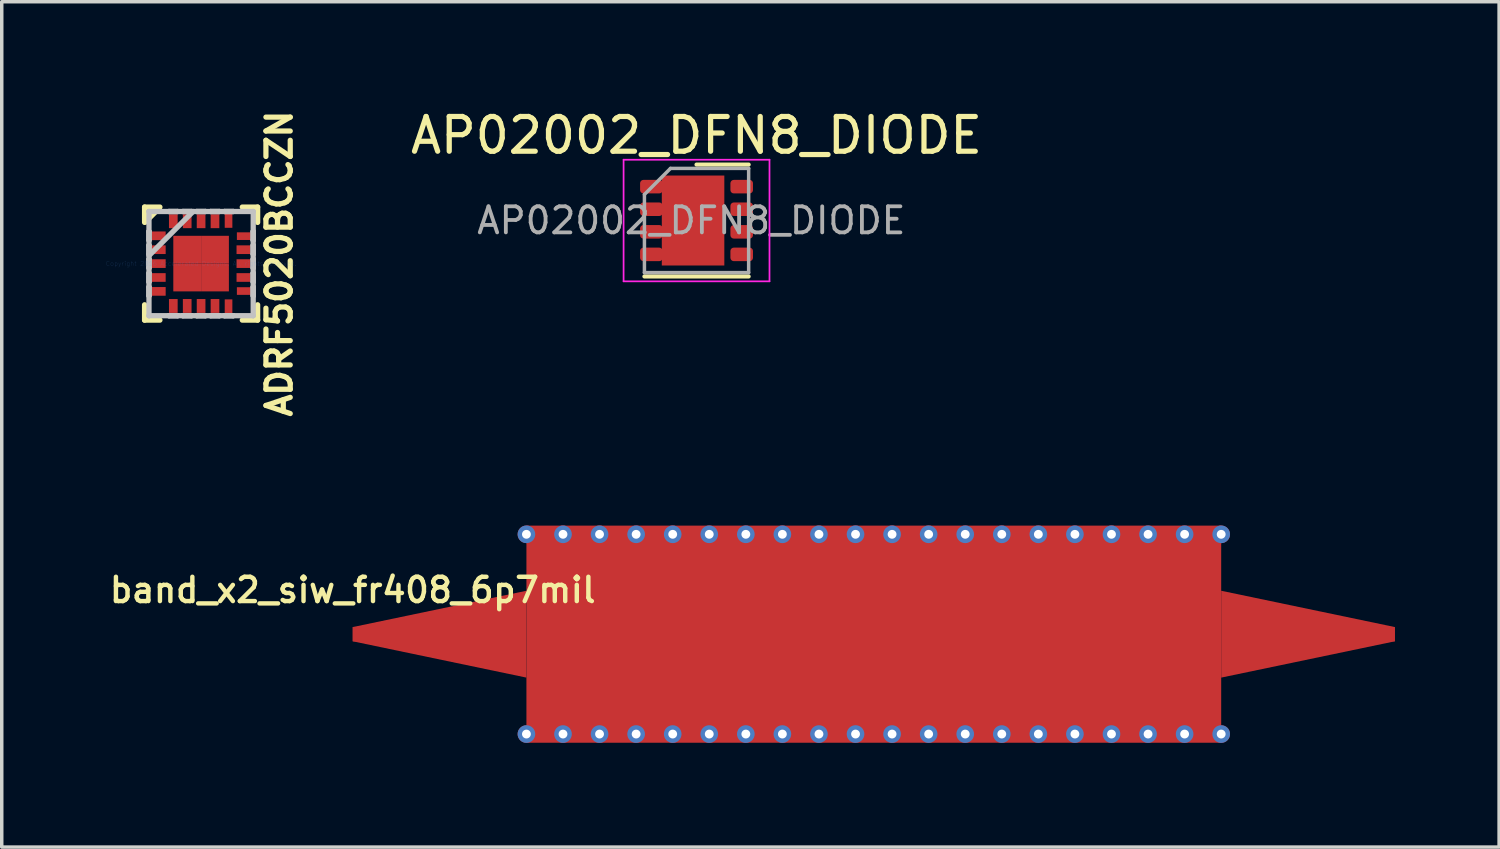
<source format=kicad_pcb>
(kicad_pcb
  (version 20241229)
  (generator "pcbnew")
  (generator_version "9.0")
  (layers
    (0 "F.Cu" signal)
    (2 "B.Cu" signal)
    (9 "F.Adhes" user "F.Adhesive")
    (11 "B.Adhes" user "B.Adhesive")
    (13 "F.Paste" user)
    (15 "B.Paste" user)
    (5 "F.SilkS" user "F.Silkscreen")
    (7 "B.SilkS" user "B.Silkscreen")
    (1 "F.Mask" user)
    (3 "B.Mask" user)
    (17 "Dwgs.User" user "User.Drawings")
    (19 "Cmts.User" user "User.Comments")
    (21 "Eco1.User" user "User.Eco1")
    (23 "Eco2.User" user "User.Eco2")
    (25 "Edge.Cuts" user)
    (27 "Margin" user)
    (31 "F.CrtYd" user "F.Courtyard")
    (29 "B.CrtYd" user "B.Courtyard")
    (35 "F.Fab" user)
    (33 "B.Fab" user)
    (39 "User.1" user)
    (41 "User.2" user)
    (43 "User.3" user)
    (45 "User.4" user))
  (footprint "AP02002_DFN8_DIODE"
    (layer "F.Cu")
    (at 17.001 3.298)
    (property "Reference" "AP02002_DFN8_DIODE" (at 0 -2.45 0) (layer "F.SilkS") (effects (font (size 1 1) (thickness 0.15))))
    (attr smd)
    (fp_line (start -1.5 1.61) (end 1.5 1.61) (stroke (width 0.12) (type solid)) (layer "F.SilkS"))
    (fp_line (start 0 -1.61) (end 1.5 -1.61) (stroke (width 0.12) (type solid)) (layer "F.SilkS"))
    (fp_line (start -2.1 -1.75) (end -2.1 1.75) (stroke (width 0.05) (type solid)) (layer "F.CrtYd"))
    (fp_line (start -2.1 1.75) (end 2.1 1.75) (stroke (width 0.05) (type solid)) (layer "F.CrtYd"))
    (fp_line (start 2.1 -1.75) (end -2.1 -1.75) (stroke (width 0.05) (type solid)) (layer "F.CrtYd"))
    (fp_line (start 2.1 1.75) (end 2.1 -1.75) (stroke (width 0.05) (type solid)) (layer "F.CrtYd"))
    (fp_line (start -1.5 -0.75) (end -0.75 -1.5) (stroke (width 0.1) (type solid)) (layer "F.Fab"))
    (fp_line (start -1.5 1.5) (end -1.5 -0.75) (stroke (width 0.1) (type solid)) (layer "F.Fab"))
    (fp_line (start -0.75 -1.5) (end 1.5 -1.5) (stroke (width 0.1) (type solid)) (layer "F.Fab"))
    (fp_line (start 1.5 -1.5) (end 1.5 1.5) (stroke (width 0.1) (type solid)) (layer "F.Fab"))
    (fp_line (start 1.5 1.5) (end -1.5 1.5) (stroke (width 0.1) (type solid)) (layer "F.Fab"))
    (fp_text user "${REFERENCE}" (at -0.15 0 0) (layer "F.Fab") (effects (font (size 0.75 0.75) (thickness 0.11))))
    (pad "" smd roundrect (at -0.425 -0.51) (size 0.69 0.83) (layers "F.Paste") (roundrect_rratio 0.25))
    (pad "" smd roundrect (at -0.425 0.51) (size 0.69 0.83) (layers "F.Paste") (roundrect_rratio 0.25))
    (pad "" smd roundrect (at 0.425 -0.51) (size 0.69 0.83) (layers "F.Paste") (roundrect_rratio 0.25))
    (pad "" smd roundrect (at 0.425 0.51) (size 0.69 0.83) (layers "F.Paste") (roundrect_rratio 0.25))
    (pad "1" smd roundrect (at -1.3 -0.975) (size 0.65 0.39) (layers "F.Cu" "F.Mask" "F.Paste") (roundrect_rratio 0.25))
    (pad "1" smd roundrect (at -1.3 -0.325) (size 0.65 0.39) (layers "F.Cu" "F.Mask" "F.Paste") (roundrect_rratio 0.25))
    (pad "1" smd roundrect (at -1.3 0.325) (size 0.65 0.39) (layers "F.Cu" "F.Mask" "F.Paste") (roundrect_rratio 0.25))
    (pad "1" smd roundrect (at -1.3 0.975) (size 0.65 0.39) (layers "F.Cu" "F.Mask" "F.Paste") (roundrect_rratio 0.25))
    (pad "1" smd rect (at -0.1 0) (size 1.8 2.59) (layers "F.Cu" "F.Mask"))
    (pad "2" smd roundrect (at 1.3 -0.975) (size 0.65 0.39) (layers "F.Cu" "F.Mask" "F.Paste") (roundrect_rratio 0.25))
    (pad "2" smd roundrect (at 1.3 -0.325) (size 0.65 0.39) (layers "F.Cu" "F.Mask" "F.Paste") (roundrect_rratio 0.25))
    (pad "2" smd roundrect (at 1.3 0.325) (size 0.65 0.39) (layers "F.Cu" "F.Mask" "F.Paste") (roundrect_rratio 0.25))
    (pad "2" smd roundrect (at 1.3 0.975) (size 0.65 0.39) (layers "F.Cu" "F.Mask" "F.Paste") (roundrect_rratio 0.25)))
  (footprint "ADRF5020BCCZN"
    (layer "F.Cu")
    (at 2.739 4.538)
    (property "Reference" "ADRF5020BCCZN" (at 2.25 0 90) (layer "F.SilkS") (effects (font (size 0.7 0.7) (thickness 0.15))))
    (attr through_hole)
    (fp_line (start -1.627 -1.627) (end -1.627 -1.186) (stroke (width 0.152) (type solid)) (layer "F.SilkS"))
    (fp_line (start -1.627 1.186) (end -1.627 1.627) (stroke (width 0.152) (type solid)) (layer "F.SilkS"))
    (fp_line (start -1.627 1.627) (end -1.186 1.627) (stroke (width 0.152) (type solid)) (layer "F.SilkS"))
    (fp_line (start -1.6 -1.2) (end -1.2 -1.6) (stroke (width 0.15) (type solid)) (layer "F.SilkS"))
    (fp_line (start -1.186 -1.627) (end -1.627 -1.627) (stroke (width 0.152) (type solid)) (layer "F.SilkS"))
    (fp_line (start 1.186 1.627) (end 1.627 1.627) (stroke (width 0.152) (type solid)) (layer "F.SilkS"))
    (fp_line (start 1.627 -1.627) (end 1.186 -1.627) (stroke (width 0.152) (type solid)) (layer "F.SilkS"))
    (fp_line (start 1.627 -1.186) (end 1.627 -1.627) (stroke (width 0.152) (type solid)) (layer "F.SilkS"))
    (fp_line (start 1.627 1.627) (end 1.627 1.186) (stroke (width 0.152) (type solid)) (layer "F.SilkS"))
    (fp_line (start -1.5 -1.5) (end -1.5 -1.5) (stroke (width 0.152) (type solid)) (layer "Dwgs.User"))
    (fp_line (start -1.5 -1.5) (end -1.5 1.5) (stroke (width 0.152) (type solid)) (layer "Dwgs.User"))
    (fp_line (start -1.5 -0.925) (end -1.5 -0.925) (stroke (width 0.152) (type solid)) (layer "Dwgs.User"))
    (fp_line (start -1.5 -0.925) (end -1.5 -0.675) (stroke (width 0.152) (type solid)) (layer "Dwgs.User"))
    (fp_line (start -1.5 -0.675) (end -1.5 -0.925) (stroke (width 0.152) (type solid)) (layer "Dwgs.User"))
    (fp_line (start -1.5 -0.675) (end -1.5 -0.675) (stroke (width 0.152) (type solid)) (layer "Dwgs.User"))
    (fp_line (start -1.5 -0.525) (end -1.5 -0.525) (stroke (width 0.152) (type solid)) (layer "Dwgs.User"))
    (fp_line (start -1.5 -0.525) (end -1.5 -0.275) (stroke (width 0.152) (type solid)) (layer "Dwgs.User"))
    (fp_line (start -1.5 -0.275) (end -1.5 -0.525) (stroke (width 0.152) (type solid)) (layer "Dwgs.User"))
    (fp_line (start -1.5 -0.275) (end -1.5 -0.275) (stroke (width 0.152) (type solid)) (layer "Dwgs.User"))
    (fp_line (start -1.5 -0.23) (end -0.23 -1.5) (stroke (width 0.152) (type solid)) (layer "Dwgs.User"))
    (fp_line (start -1.5 -0.125) (end -1.5 -0.125) (stroke (width 0.152) (type solid)) (layer "Dwgs.User"))
    (fp_line (start -1.5 -0.125) (end -1.5 0.125) (stroke (width 0.152) (type solid)) (layer "Dwgs.User"))
    (fp_line (start -1.5 0.125) (end -1.5 -0.125) (stroke (width 0.152) (type solid)) (layer "Dwgs.User"))
    (fp_line (start -1.5 0.125) (end -1.5 0.125) (stroke (width 0.152) (type solid)) (layer "Dwgs.User"))
    (fp_line (start -1.5 0.275) (end -1.5 0.275) (stroke (width 0.152) (type solid)) (layer "Dwgs.User"))
    (fp_line (start -1.5 0.275) (end -1.5 0.525) (stroke (width 0.152) (type solid)) (layer "Dwgs.User"))
    (fp_line (start -1.5 0.525) (end -1.5 0.275) (stroke (width 0.152) (type solid)) (layer "Dwgs.User"))
    (fp_line (start -1.5 0.525) (end -1.5 0.525) (stroke (width 0.152) (type solid)) (layer "Dwgs.User"))
    (fp_line (start -1.5 0.675) (end -1.5 0.675) (stroke (width 0.152) (type solid)) (layer "Dwgs.User"))
    (fp_line (start -1.5 0.675) (end -1.5 0.925) (stroke (width 0.152) (type solid)) (layer "Dwgs.User"))
    (fp_line (start -1.5 0.925) (end -1.5 0.675) (stroke (width 0.152) (type solid)) (layer "Dwgs.User"))
    (fp_line (start -1.5 0.925) (end -1.5 0.925) (stroke (width 0.152) (type solid)) (layer "Dwgs.User"))
    (fp_line (start -1.5 1.5) (end -1.5 1.5) (stroke (width 0.152) (type solid)) (layer "Dwgs.User"))
    (fp_line (start -1.5 1.5) (end 1.5 1.5) (stroke (width 0.152) (type solid)) (layer "Dwgs.User"))
    (fp_line (start -0.925 -1.5) (end -0.925 -1.5) (stroke (width 0.152) (type solid)) (layer "Dwgs.User"))
    (fp_line (start -0.925 -1.5) (end -0.675 -1.5) (stroke (width 0.152) (type solid)) (layer "Dwgs.User"))
    (fp_line (start -0.925 1.5) (end -0.925 1.5) (stroke (width 0.152) (type solid)) (layer "Dwgs.User"))
    (fp_line (start -0.925 1.5) (end -0.675 1.5) (stroke (width 0.152) (type solid)) (layer "Dwgs.User"))
    (fp_line (start -0.675 -1.5) (end -0.925 -1.5) (stroke (width 0.152) (type solid)) (layer "Dwgs.User"))
    (fp_line (start -0.675 -1.5) (end -0.675 -1.5) (stroke (width 0.152) (type solid)) (layer "Dwgs.User"))
    (fp_line (start -0.675 1.5) (end -0.925 1.5) (stroke (width 0.152) (type solid)) (layer "Dwgs.User"))
    (fp_line (start -0.675 1.5) (end -0.675 1.5) (stroke (width 0.152) (type solid)) (layer "Dwgs.User"))
    (fp_line (start -0.525 -1.5) (end -0.525 -1.5) (stroke (width 0.152) (type solid)) (layer "Dwgs.User"))
    (fp_line (start -0.525 -1.5) (end -0.275 -1.5) (stroke (width 0.152) (type solid)) (layer "Dwgs.User"))
    (fp_line (start -0.525 1.5) (end -0.525 1.5) (stroke (width 0.152) (type solid)) (layer "Dwgs.User"))
    (fp_line (start -0.525 1.5) (end -0.275 1.5) (stroke (width 0.152) (type solid)) (layer "Dwgs.User"))
    (fp_line (start -0.275 -1.5) (end -0.525 -1.5) (stroke (width 0.152) (type solid)) (layer "Dwgs.User"))
    (fp_line (start -0.275 -1.5) (end -0.275 -1.5) (stroke (width 0.152) (type solid)) (layer "Dwgs.User"))
    (fp_line (start -0.275 1.5) (end -0.525 1.5) (stroke (width 0.152) (type solid)) (layer "Dwgs.User"))
    (fp_line (start -0.275 1.5) (end -0.275 1.5) (stroke (width 0.152) (type solid)) (layer "Dwgs.User"))
    (fp_line (start -0.125 -1.5) (end -0.125 -1.5) (stroke (width 0.152) (type solid)) (layer "Dwgs.User"))
    (fp_line (start -0.125 -1.5) (end 0.125 -1.5) (stroke (width 0.152) (type solid)) (layer "Dwgs.User"))
    (fp_line (start -0.125 1.5) (end -0.125 1.5) (stroke (width 0.152) (type solid)) (layer "Dwgs.User"))
    (fp_line (start -0.125 1.5) (end 0.125 1.5) (stroke (width 0.152) (type solid)) (layer "Dwgs.User"))
    (fp_line (start 0.125 -1.5) (end -0.125 -1.5) (stroke (width 0.152) (type solid)) (layer "Dwgs.User"))
    (fp_line (start 0.125 -1.5) (end 0.125 -1.5) (stroke (width 0.152) (type solid)) (layer "Dwgs.User"))
    (fp_line (start 0.125 1.5) (end -0.125 1.5) (stroke (width 0.152) (type solid)) (layer "Dwgs.User"))
    (fp_line (start 0.125 1.5) (end 0.125 1.5) (stroke (width 0.152) (type solid)) (layer "Dwgs.User"))
    (fp_line (start 0.275 -1.5) (end 0.275 -1.5) (stroke (width 0.152) (type solid)) (layer "Dwgs.User"))
    (fp_line (start 0.275 -1.5) (end 0.525 -1.5) (stroke (width 0.152) (type solid)) (layer "Dwgs.User"))
    (fp_line (start 0.275 1.5) (end 0.275 1.5) (stroke (width 0.152) (type solid)) (layer "Dwgs.User"))
    (fp_line (start 0.275 1.5) (end 0.525 1.5) (stroke (width 0.152) (type solid)) (layer "Dwgs.User"))
    (fp_line (start 0.525 -1.5) (end 0.275 -1.5) (stroke (width 0.152) (type solid)) (layer "Dwgs.User"))
    (fp_line (start 0.525 -1.5) (end 0.525 -1.5) (stroke (width 0.152) (type solid)) (layer "Dwgs.User"))
    (fp_line (start 0.525 1.5) (end 0.275 1.5) (stroke (width 0.152) (type solid)) (layer "Dwgs.User"))
    (fp_line (start 0.525 1.5) (end 0.525 1.5) (stroke (width 0.152) (type solid)) (layer "Dwgs.User"))
    (fp_line (start 0.675 -1.5) (end 0.675 -1.5) (stroke (width 0.152) (type solid)) (layer "Dwgs.User"))
    (fp_line (start 0.675 -1.5) (end 0.925 -1.5) (stroke (width 0.152) (type solid)) (layer "Dwgs.User"))
    (fp_line (start 0.675 1.5) (end 0.675 1.5) (stroke (width 0.152) (type solid)) (layer "Dwgs.User"))
    (fp_line (start 0.675 1.5) (end 0.925 1.5) (stroke (width 0.152) (type solid)) (layer "Dwgs.User"))
    (fp_line (start 0.925 -1.5) (end 0.675 -1.5) (stroke (width 0.152) (type solid)) (layer "Dwgs.User"))
    (fp_line (start 0.925 -1.5) (end 0.925 -1.5) (stroke (width 0.152) (type solid)) (layer "Dwgs.User"))
    (fp_line (start 0.925 1.5) (end 0.675 1.5) (stroke (width 0.152) (type solid)) (layer "Dwgs.User"))
    (fp_line (start 0.925 1.5) (end 0.925 1.5) (stroke (width 0.152) (type solid)) (layer "Dwgs.User"))
    (fp_line (start 1.5 -1.5) (end -1.5 -1.5) (stroke (width 0.152) (type solid)) (layer "Dwgs.User"))
    (fp_line (start 1.5 -1.5) (end 1.5 -1.5) (stroke (width 0.152) (type solid)) (layer "Dwgs.User"))
    (fp_line (start 1.5 -0.925) (end 1.5 -0.925) (stroke (width 0.152) (type solid)) (layer "Dwgs.User"))
    (fp_line (start 1.5 -0.925) (end 1.5 -0.675) (stroke (width 0.152) (type solid)) (layer "Dwgs.User"))
    (fp_line (start 1.5 -0.675) (end 1.5 -0.925) (stroke (width 0.152) (type solid)) (layer "Dwgs.User"))
    (fp_line (start 1.5 -0.675) (end 1.5 -0.675) (stroke (width 0.152) (type solid)) (layer "Dwgs.User"))
    (fp_line (start 1.5 -0.525) (end 1.5 -0.525) (stroke (width 0.152) (type solid)) (layer "Dwgs.User"))
    (fp_line (start 1.5 -0.525) (end 1.5 -0.275) (stroke (width 0.152) (type solid)) (layer "Dwgs.User"))
    (fp_line (start 1.5 -0.275) (end 1.5 -0.525) (stroke (width 0.152) (type solid)) (layer "Dwgs.User"))
    (fp_line (start 1.5 -0.275) (end 1.5 -0.275) (stroke (width 0.152) (type solid)) (layer "Dwgs.User"))
    (fp_line (start 1.5 -0.125) (end 1.5 -0.125) (stroke (width 0.152) (type solid)) (layer "Dwgs.User"))
    (fp_line (start 1.5 -0.125) (end 1.5 0.125) (stroke (width 0.152) (type solid)) (layer "Dwgs.User"))
    (fp_line (start 1.5 0.125) (end 1.5 -0.125) (stroke (width 0.152) (type solid)) (layer "Dwgs.User"))
    (fp_line (start 1.5 0.125) (end 1.5 0.125) (stroke (width 0.152) (type solid)) (layer "Dwgs.User"))
    (fp_line (start 1.5 0.275) (end 1.5 0.275) (stroke (width 0.152) (type solid)) (layer "Dwgs.User"))
    (fp_line (start 1.5 0.275) (end 1.5 0.525) (stroke (width 0.152) (type solid)) (layer "Dwgs.User"))
    (fp_line (start 1.5 0.525) (end 1.5 0.275) (stroke (width 0.152) (type solid)) (layer "Dwgs.User"))
    (fp_line (start 1.5 0.525) (end 1.5 0.525) (stroke (width 0.152) (type solid)) (layer "Dwgs.User"))
    (fp_line (start 1.5 0.675) (end 1.5 0.675) (stroke (width 0.152) (type solid)) (layer "Dwgs.User"))
    (fp_line (start 1.5 0.675) (end 1.5 0.925) (stroke (width 0.152) (type solid)) (layer "Dwgs.User"))
    (fp_line (start 1.5 0.925) (end 1.5 0.675) (stroke (width 0.152) (type solid)) (layer "Dwgs.User"))
    (fp_line (start 1.5 0.925) (end 1.5 0.925) (stroke (width 0.152) (type solid)) (layer "Dwgs.User"))
    (fp_line (start 1.5 1.5) (end 1.5 -1.5) (stroke (width 0.152) (type solid)) (layer "Dwgs.User"))
    (fp_line (start 1.5 1.5) (end 1.5 1.5) (stroke (width 0.152) (type solid)) (layer "Dwgs.User"))
    (fp_text user "Copyright 2016 Accelerated Designs. All rights reserved." (at 0 0 0) (layer "Cmts.User") (effects (font (size 0.127 0.127) (thickness 0.002))))
    (pad "1" smd rect (at -1.22 -0.8 90) (size 0.25 0.4) (layers "F.Cu" "F.Mask" "F.Paste"))
    (pad "2" smd rect (at -1.22 -0.4 90) (size 0.25 0.4) (layers "F.Cu" "F.Mask" "F.Paste"))
    (pad "3" smd rect (at -1.22 0 90) (size 0.25 0.4) (layers "F.Cu" "F.Mask" "F.Paste"))
    (pad "4" smd rect (at -1.22 0.4 90) (size 0.25 0.4) (layers "F.Cu" "F.Mask" "F.Paste"))
    (pad "5" smd rect (at -1.22 0.8 90) (size 0.25 0.4) (layers "F.Cu" "F.Mask" "F.Paste"))
    (pad "6" smd rect (at -0.8 1.22) (size 0.25 0.4) (layers "F.Cu" "F.Mask" "F.Paste"))
    (pad "7" smd rect (at -0.4 1.22) (size 0.25 0.4) (layers "F.Cu" "F.Mask" "F.Paste"))
    (pad "8" smd rect (at 0 1.22) (size 0.25 0.4) (layers "F.Cu" "F.Mask" "F.Paste"))
    (pad "9" smd rect (at 0.4 1.22) (size 0.25 0.4) (layers "F.Cu" "F.Mask" "F.Paste"))
    (pad "10" smd rect (at 0.79 1.23) (size 0.22 0.4) (layers "F.Cu" "F.Mask" "F.Paste"))
    (pad "11" smd rect (at 1.23 0.79 90) (size 0.22 0.4) (layers "F.Cu" "F.Mask" "F.Paste"))
    (pad "12" smd rect (at 1.22 0.4 90) (size 0.25 0.4) (layers "F.Cu" "F.Mask" "F.Paste"))
    (pad "13" smd rect (at 1.22 0 90) (size 0.25 0.4) (layers "F.Cu" "F.Mask" "F.Paste"))
    (pad "14" smd rect (at 1.22 -0.4 90) (size 0.25 0.4) (layers "F.Cu" "F.Mask" "F.Paste"))
    (pad "15" smd rect (at 1.23 -0.79 90) (size 0.22 0.4) (layers "F.Cu" "F.Mask" "F.Paste"))
    (pad "16" smd rect (at 0.79 -1.23) (size 0.22 0.4) (layers "F.Cu" "F.Mask" "F.Paste"))
    (pad "17" smd rect (at 0.4 -1.22) (size 0.25 0.4) (layers "F.Cu" "F.Mask" "F.Paste"))
    (pad "18" smd rect (at 0 -1.22) (size 0.25 0.4) (layers "F.Cu" "F.Mask" "F.Paste"))
    (pad "19" smd rect (at -0.4 -1.22) (size 0.25 0.4) (layers "F.Cu" "F.Mask" "F.Paste"))
    (pad "20" smd rect (at -0.8 -1.22) (size 0.25 0.4) (layers "F.Cu" "F.Mask" "F.Paste"))
    (pad "21" smd rect (at -0.4 -0.4) (size 0.8 0.8) (layers "F.Cu" "F.Mask" "F.Paste"))
    (pad "21" smd rect (at -0.4 0.4) (size 0.8 0.8) (layers "F.Cu" "F.Mask" "F.Paste"))
    (pad "21" smd rect (at 0.4 -0.4) (size 0.8 0.8) (layers "F.Cu" "F.Mask" "F.Paste"))
    (pad "21" smd rect (at 0.4 0.4) (size 0.8 0.8) (layers "F.Cu" "F.Mask" "F.Paste")))
  (footprint "band_x2_siw_fr408_6p7mil"
    (layer "F.Cu")
    (at 7.104 15.206)
    (property "Reference" "band_x2_siw_fr408_6p7mil" (at 0 -1.27 0) (layer "F.SilkS") (effects (font (size 0.7 0.7) (thickness 0.127))))
    (attr smd)
    (fp_poly (pts (xy 0 0.205) (xy 5 1.25) (xy 5 -1.25) (xy 0 -0.205) (xy 0 0.205)) (stroke (width 0) (type solid)) (fill yes) (layer "F.Cu"))
    (fp_poly (pts (xy 5 3.125) (xy 25 3.125) (xy 25 -3.125) (xy 5 -3.125) (xy 5 3.125)) (stroke (width 0) (type solid)) (fill yes) (layer "F.Cu"))
    (fp_poly (pts (xy 25 1.25) (xy 30 0.205) (xy 30 -0.205) (xy 25 -1.25) (xy 25 1.25)) (stroke (width 0) (type solid)) (fill yes) (layer "F.Cu"))
    (pad "1" smd rect (at 0.205 0) (size 0.41 0.41) (layers "F.Cu"))
    (pad "2" smd rect (at 29.795 0) (size 0.41 0.41) (layers "F.Cu"))
    (pad "3" thru_hole circle (at 5 -2.875) (size 0.508 0.508) (drill 0.254) (layers "*.Cu" "*.Mask"))
    (pad "3" thru_hole circle (at 5 2.875) (size 0.508 0.508) (drill 0.254) (layers "*.Cu" "*.Mask"))
    (pad "3" thru_hole circle (at 6.053 -2.875) (size 0.508 0.508) (drill 0.254) (layers "*.Cu" "*.Mask"))
    (pad "3" thru_hole circle (at 6.053 2.875) (size 0.508 0.508) (drill 0.254) (layers "*.Cu" "*.Mask"))
    (pad "3" thru_hole circle (at 7.105 -2.875) (size 0.508 0.508) (drill 0.254) (layers "*.Cu" "*.Mask"))
    (pad "3" thru_hole circle (at 7.105 2.875) (size 0.508 0.508) (drill 0.254) (layers "*.Cu" "*.Mask"))
    (pad "3" thru_hole circle (at 8.158 -2.875) (size 0.508 0.508) (drill 0.254) (layers "*.Cu" "*.Mask"))
    (pad "3" thru_hole circle (at 8.158 2.875) (size 0.508 0.508) (drill 0.254) (layers "*.Cu" "*.Mask"))
    (pad "3" thru_hole circle (at 9.211 -2.875) (size 0.508 0.508) (drill 0.254) (layers "*.Cu" "*.Mask"))
    (pad "3" thru_hole circle (at 9.211 2.875) (size 0.508 0.508) (drill 0.254) (layers "*.Cu" "*.Mask"))
    (pad "3" thru_hole circle (at 10.263 -2.875) (size 0.508 0.508) (drill 0.254) (layers "*.Cu" "*.Mask"))
    (pad "3" thru_hole circle (at 10.263 2.875) (size 0.508 0.508) (drill 0.254) (layers "*.Cu" "*.Mask"))
    (pad "3" thru_hole circle (at 11.316 -2.875) (size 0.508 0.508) (drill 0.254) (layers "*.Cu" "*.Mask"))
    (pad "3" thru_hole circle (at 11.316 2.875) (size 0.508 0.508) (drill 0.254) (layers "*.Cu" "*.Mask"))
    (pad "3" thru_hole circle (at 12.368 -2.875) (size 0.508 0.508) (drill 0.254) (layers "*.Cu" "*.Mask"))
    (pad "3" thru_hole circle (at 12.368 2.875) (size 0.508 0.508) (drill 0.254) (layers "*.Cu" "*.Mask"))
    (pad "3" thru_hole circle (at 13.421 -2.875) (size 0.508 0.508) (drill 0.254) (layers "*.Cu" "*.Mask"))
    (pad "3" thru_hole circle (at 13.421 2.875) (size 0.508 0.508) (drill 0.254) (layers "*.Cu" "*.Mask"))
    (pad "3" thru_hole circle (at 14.474 -2.875) (size 0.508 0.508) (drill 0.254) (layers "*.Cu" "*.Mask"))
    (pad "3" thru_hole circle (at 14.474 2.875) (size 0.508 0.508) (drill 0.254) (layers "*.Cu" "*.Mask"))
    (pad "3" thru_hole circle (at 15.526 -2.875) (size 0.508 0.508) (drill 0.254) (layers "*.Cu" "*.Mask"))
    (pad "3" thru_hole circle (at 15.526 2.875) (size 0.508 0.508) (drill 0.254) (layers "*.Cu" "*.Mask"))
    (pad "3" thru_hole circle (at 16.579 -2.875) (size 0.508 0.508) (drill 0.254) (layers "*.Cu" "*.Mask"))
    (pad "3" thru_hole circle (at 16.579 2.875) (size 0.508 0.508) (drill 0.254) (layers "*.Cu" "*.Mask"))
    (pad "3" thru_hole circle (at 17.632 -2.875) (size 0.508 0.508) (drill 0.254) (layers "*.Cu" "*.Mask"))
    (pad "3" thru_hole circle (at 17.632 2.875) (size 0.508 0.508) (drill 0.254) (layers "*.Cu" "*.Mask"))
    (pad "3" thru_hole circle (at 18.684 -2.875) (size 0.508 0.508) (drill 0.254) (layers "*.Cu" "*.Mask"))
    (pad "3" thru_hole circle (at 18.684 2.875) (size 0.508 0.508) (drill 0.254) (layers "*.Cu" "*.Mask"))
    (pad "3" thru_hole circle (at 19.737 -2.875) (size 0.508 0.508) (drill 0.254) (layers "*.Cu" "*.Mask"))
    (pad "3" thru_hole circle (at 19.737 2.875) (size 0.508 0.508) (drill 0.254) (layers "*.Cu" "*.Mask"))
    (pad "3" thru_hole circle (at 20.789 -2.875) (size 0.508 0.508) (drill 0.254) (layers "*.Cu" "*.Mask"))
    (pad "3" thru_hole circle (at 20.789 2.875) (size 0.508 0.508) (drill 0.254) (layers "*.Cu" "*.Mask"))
    (pad "3" thru_hole circle (at 21.842 -2.875) (size 0.508 0.508) (drill 0.254) (layers "*.Cu" "*.Mask"))
    (pad "3" thru_hole circle (at 21.842 2.875) (size 0.508 0.508) (drill 0.254) (layers "*.Cu" "*.Mask"))
    (pad "3" thru_hole circle (at 22.895 -2.875) (size 0.508 0.508) (drill 0.254) (layers "*.Cu" "*.Mask"))
    (pad "3" thru_hole circle (at 22.895 2.875) (size 0.508 0.508) (drill 0.254) (layers "*.Cu" "*.Mask"))
    (pad "3" thru_hole circle (at 23.947 -2.875) (size 0.508 0.508) (drill 0.254) (layers "*.Cu" "*.Mask"))
    (pad "3" thru_hole circle (at 23.947 2.875) (size 0.508 0.508) (drill 0.254) (layers "*.Cu" "*.Mask"))
    (pad "3" thru_hole circle (at 25 -2.875) (size 0.508 0.508) (drill 0.254) (layers "*.Cu" "*.Mask"))
    (pad "3" thru_hole circle (at 25 2.875) (size 0.508 0.508) (drill 0.254) (layers "*.Cu" "*.Mask")))
  (gr_rect
    (start -3 -3)
    (end 40.104 21.335)
    (stroke (width 0.1) (type default))
    (fill no)
    (layer "Edge.Cuts")))
</source>
